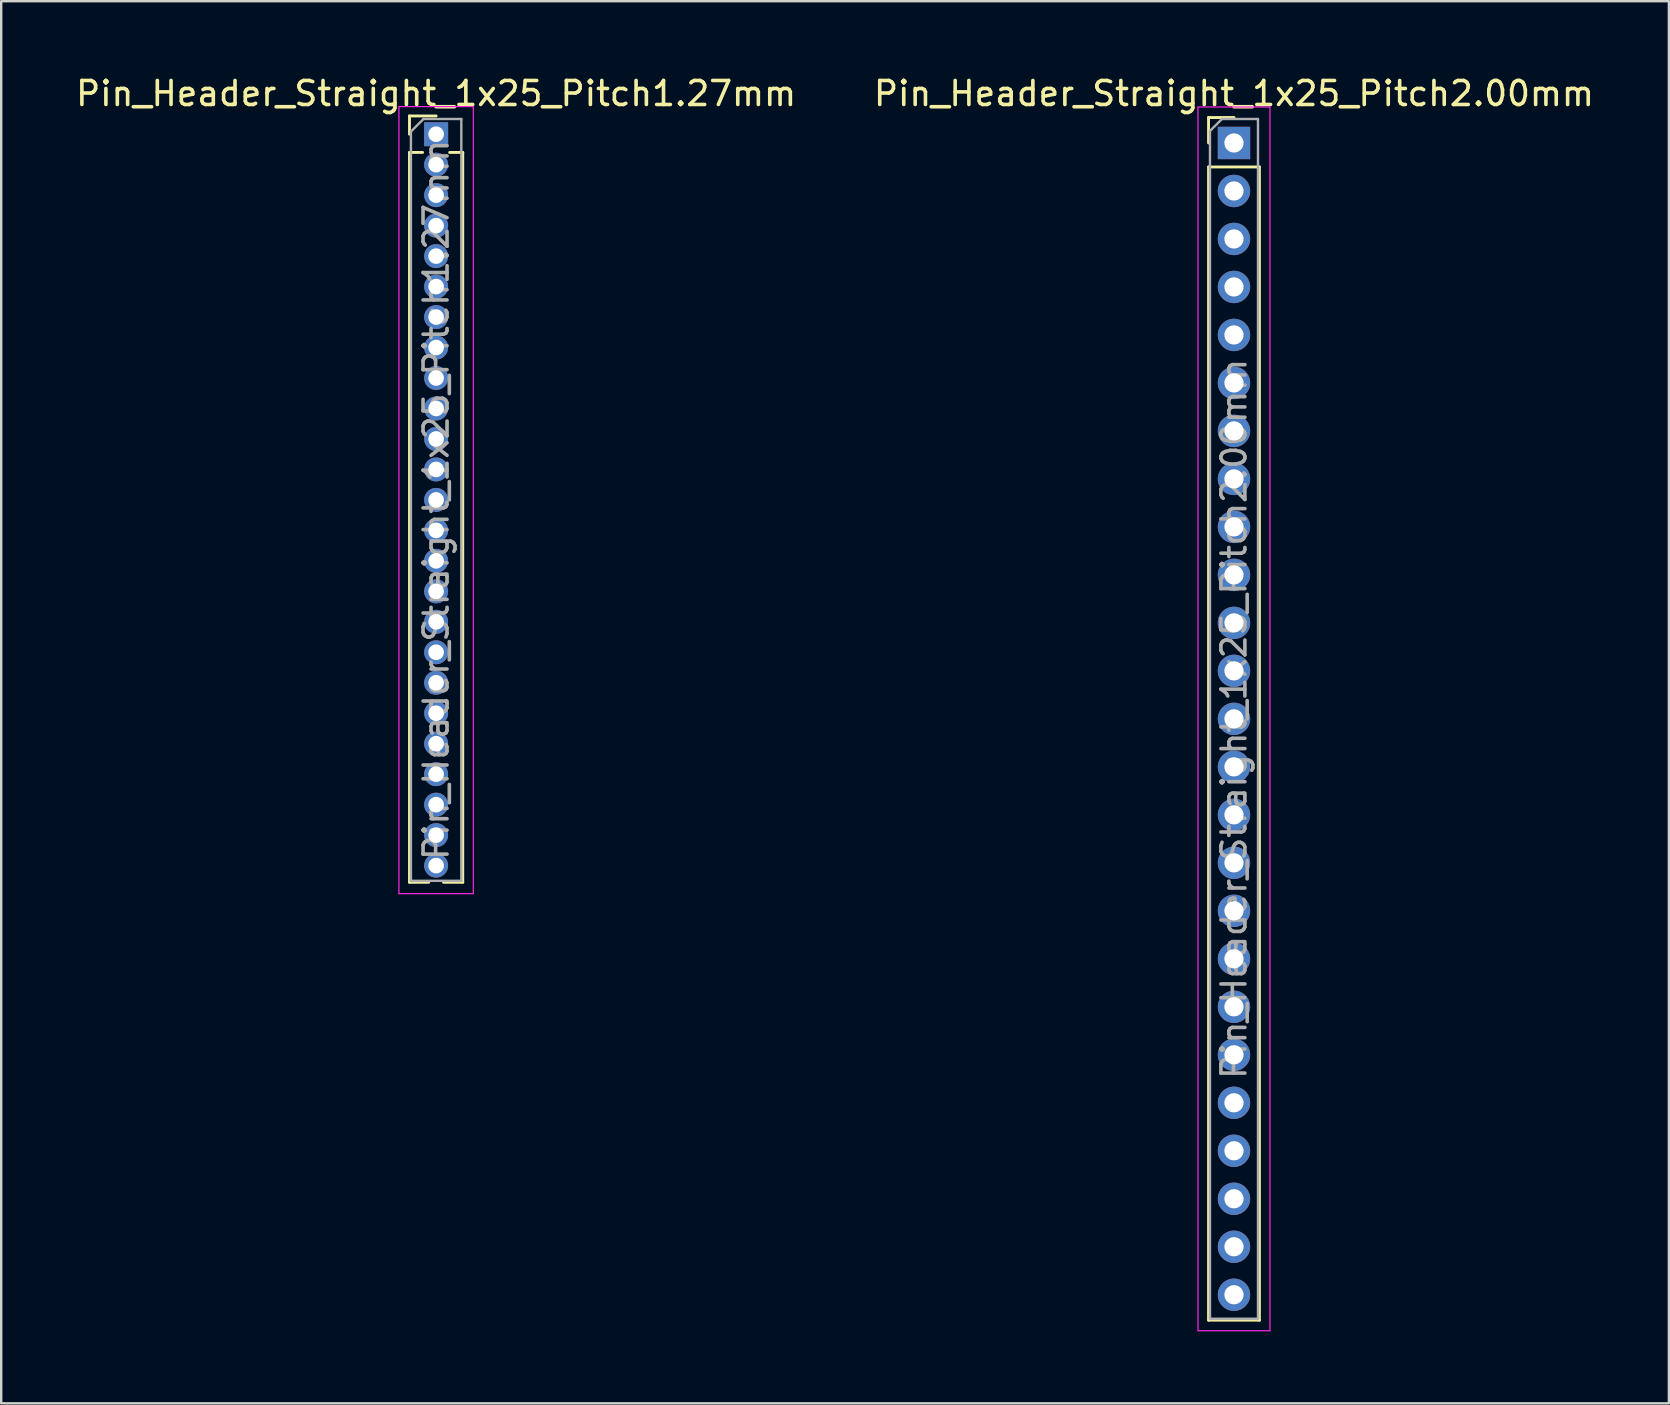
<source format=kicad_pcb>
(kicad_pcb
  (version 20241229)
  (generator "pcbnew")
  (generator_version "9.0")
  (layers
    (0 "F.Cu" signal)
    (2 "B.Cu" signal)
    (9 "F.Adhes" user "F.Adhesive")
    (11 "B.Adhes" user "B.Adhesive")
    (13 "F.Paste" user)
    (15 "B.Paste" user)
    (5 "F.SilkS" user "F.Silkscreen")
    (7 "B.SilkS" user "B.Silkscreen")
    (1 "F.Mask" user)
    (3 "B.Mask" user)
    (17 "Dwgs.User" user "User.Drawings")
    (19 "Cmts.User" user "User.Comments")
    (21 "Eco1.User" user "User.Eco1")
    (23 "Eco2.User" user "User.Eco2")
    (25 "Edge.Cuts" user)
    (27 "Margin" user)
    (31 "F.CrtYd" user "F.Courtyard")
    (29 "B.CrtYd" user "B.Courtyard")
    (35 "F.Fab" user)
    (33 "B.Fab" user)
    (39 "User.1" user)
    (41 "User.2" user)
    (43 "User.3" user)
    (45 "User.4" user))
  (footprint "Pin_Header_Straight_1x25_Pitch2.00mm"
    (layer "F.Cu")
    (at 48.375 2.908)
    (property "Reference" "Pin_Header_Straight_1x25_Pitch2.00mm" (at 0 -2.06 0) (layer "F.SilkS") (effects (font (size 1 1) (thickness 0.15))))
    (attr through_hole)
    (fp_line (start -1.06 -1.06) (end 0 -1.06) (stroke (width 0.12) (type solid)) (layer "F.SilkS"))
    (fp_line (start -1.06 0) (end -1.06 -1.06) (stroke (width 0.12) (type solid)) (layer "F.SilkS"))
    (fp_line (start -1.06 1) (end -1.06 49.06) (stroke (width 0.12) (type solid)) (layer "F.SilkS"))
    (fp_line (start -1.06 1) (end 1.06 1) (stroke (width 0.12) (type solid)) (layer "F.SilkS"))
    (fp_line (start -1.06 49.06) (end 1.06 49.06) (stroke (width 0.12) (type solid)) (layer "F.SilkS"))
    (fp_line (start 1.06 1) (end 1.06 49.06) (stroke (width 0.12) (type solid)) (layer "F.SilkS"))
    (fp_line (start -1.5 -1.5) (end -1.5 49.5) (stroke (width 0.05) (type solid)) (layer "F.CrtYd"))
    (fp_line (start -1.5 49.5) (end 1.5 49.5) (stroke (width 0.05) (type solid)) (layer "F.CrtYd"))
    (fp_line (start 1.5 -1.5) (end -1.5 -1.5) (stroke (width 0.05) (type solid)) (layer "F.CrtYd"))
    (fp_line (start 1.5 49.5) (end 1.5 -1.5) (stroke (width 0.05) (type solid)) (layer "F.CrtYd"))
    (fp_line (start -1 -0.5) (end -0.5 -1) (stroke (width 0.1) (type solid)) (layer "F.Fab"))
    (fp_line (start -1 49) (end -1 -0.5) (stroke (width 0.1) (type solid)) (layer "F.Fab"))
    (fp_line (start -0.5 -1) (end 1 -1) (stroke (width 0.1) (type solid)) (layer "F.Fab"))
    (fp_line (start 1 -1) (end 1 49) (stroke (width 0.1) (type solid)) (layer "F.Fab"))
    (fp_line (start 1 49) (end -1 49) (stroke (width 0.1) (type solid)) (layer "F.Fab"))
    (fp_text user "${REFERENCE}" (at 0 24 90) (layer "F.Fab") (effects (font (size 1 1) (thickness 0.15))))
    (pad "1" thru_hole rect (at 0 0) (size 1.35 1.35) (drill 0.8) (layers "*.Cu" "*.Mask"))
    (pad "2" thru_hole oval (at 0 2) (size 1.35 1.35) (drill 0.8) (layers "*.Cu" "*.Mask"))
    (pad "3" thru_hole oval (at 0 4) (size 1.35 1.35) (drill 0.8) (layers "*.Cu" "*.Mask"))
    (pad "4" thru_hole oval (at 0 6) (size 1.35 1.35) (drill 0.8) (layers "*.Cu" "*.Mask"))
    (pad "5" thru_hole oval (at 0 8) (size 1.35 1.35) (drill 0.8) (layers "*.Cu" "*.Mask"))
    (pad "6" thru_hole oval (at 0 10) (size 1.35 1.35) (drill 0.8) (layers "*.Cu" "*.Mask"))
    (pad "7" thru_hole oval (at 0 12) (size 1.35 1.35) (drill 0.8) (layers "*.Cu" "*.Mask"))
    (pad "8" thru_hole oval (at 0 14) (size 1.35 1.35) (drill 0.8) (layers "*.Cu" "*.Mask"))
    (pad "9" thru_hole oval (at 0 16) (size 1.35 1.35) (drill 0.8) (layers "*.Cu" "*.Mask"))
    (pad "10" thru_hole oval (at 0 18) (size 1.35 1.35) (drill 0.8) (layers "*.Cu" "*.Mask"))
    (pad "11" thru_hole oval (at 0 20) (size 1.35 1.35) (drill 0.8) (layers "*.Cu" "*.Mask"))
    (pad "12" thru_hole oval (at 0 22) (size 1.35 1.35) (drill 0.8) (layers "*.Cu" "*.Mask"))
    (pad "13" thru_hole oval (at 0 24) (size 1.35 1.35) (drill 0.8) (layers "*.Cu" "*.Mask"))
    (pad "14" thru_hole oval (at 0 26) (size 1.35 1.35) (drill 0.8) (layers "*.Cu" "*.Mask"))
    (pad "15" thru_hole oval (at 0 28) (size 1.35 1.35) (drill 0.8) (layers "*.Cu" "*.Mask"))
    (pad "16" thru_hole oval (at 0 30) (size 1.35 1.35) (drill 0.8) (layers "*.Cu" "*.Mask"))
    (pad "17" thru_hole oval (at 0 32) (size 1.35 1.35) (drill 0.8) (layers "*.Cu" "*.Mask"))
    (pad "18" thru_hole oval (at 0 34) (size 1.35 1.35) (drill 0.8) (layers "*.Cu" "*.Mask"))
    (pad "19" thru_hole oval (at 0 36) (size 1.35 1.35) (drill 0.8) (layers "*.Cu" "*.Mask"))
    (pad "20" thru_hole oval (at 0 38) (size 1.35 1.35) (drill 0.8) (layers "*.Cu" "*.Mask"))
    (pad "21" thru_hole oval (at 0 40) (size 1.35 1.35) (drill 0.8) (layers "*.Cu" "*.Mask"))
    (pad "22" thru_hole oval (at 0 42) (size 1.35 1.35) (drill 0.8) (layers "*.Cu" "*.Mask"))
    (pad "23" thru_hole oval (at 0 44) (size 1.35 1.35) (drill 0.8) (layers "*.Cu" "*.Mask"))
    (pad "24" thru_hole oval (at 0 46) (size 1.35 1.35) (drill 0.8) (layers "*.Cu" "*.Mask"))
    (pad "25" thru_hole oval (at 0 48) (size 1.35 1.35) (drill 0.8) (layers "*.Cu" "*.Mask")))
  (footprint "Pin_Header_Straight_1x25_Pitch1.27mm"
    (layer "F.Cu")
    (at 15.125 2.543)
    (property "Reference" "Pin_Header_Straight_1x25_Pitch1.27mm" (at 0 -1.695 0) (layer "F.SilkS") (effects (font (size 1 1) (thickness 0.15))))
    (attr through_hole)
    (fp_line (start -1.11 -0.76) (end 0 -0.76) (stroke (width 0.12) (type solid)) (layer "F.SilkS"))
    (fp_line (start -1.11 0) (end -1.11 -0.76) (stroke (width 0.12) (type solid)) (layer "F.SilkS"))
    (fp_line (start -1.11 0.76) (end -1.11 31.175) (stroke (width 0.12) (type solid)) (layer "F.SilkS"))
    (fp_line (start -1.11 0.76) (end -0.563 0.76) (stroke (width 0.12) (type solid)) (layer "F.SilkS"))
    (fp_line (start -1.11 31.175) (end -0.308 31.175) (stroke (width 0.12) (type solid)) (layer "F.SilkS"))
    (fp_line (start 0.308 31.175) (end 1.11 31.175) (stroke (width 0.12) (type solid)) (layer "F.SilkS"))
    (fp_line (start 0.563 0.76) (end 1.11 0.76) (stroke (width 0.12) (type solid)) (layer "F.SilkS"))
    (fp_line (start 1.11 0.76) (end 1.11 31.175) (stroke (width 0.12) (type solid)) (layer "F.SilkS"))
    (fp_line (start -1.55 -1.15) (end -1.55 31.65) (stroke (width 0.05) (type solid)) (layer "F.CrtYd"))
    (fp_line (start -1.55 31.65) (end 1.55 31.65) (stroke (width 0.05) (type solid)) (layer "F.CrtYd"))
    (fp_line (start 1.55 -1.15) (end -1.55 -1.15) (stroke (width 0.05) (type solid)) (layer "F.CrtYd"))
    (fp_line (start 1.55 31.65) (end 1.55 -1.15) (stroke (width 0.05) (type solid)) (layer "F.CrtYd"))
    (fp_line (start -1.05 -0.11) (end -0.525 -0.635) (stroke (width 0.1) (type solid)) (layer "F.Fab"))
    (fp_line (start -1.05 31.115) (end -1.05 -0.11) (stroke (width 0.1) (type solid)) (layer "F.Fab"))
    (fp_line (start -0.525 -0.635) (end 1.05 -0.635) (stroke (width 0.1) (type solid)) (layer "F.Fab"))
    (fp_line (start 1.05 -0.635) (end 1.05 31.115) (stroke (width 0.1) (type solid)) (layer "F.Fab"))
    (fp_line (start 1.05 31.115) (end -1.05 31.115) (stroke (width 0.1) (type solid)) (layer "F.Fab"))
    (fp_text user "${REFERENCE}" (at 0 15.24 90) (layer "F.Fab") (effects (font (size 1 1) (thickness 0.15))))
    (pad "1" thru_hole rect (at 0 0) (size 1 1) (drill 0.65) (layers "*.Cu" "*.Mask"))
    (pad "2" thru_hole oval (at 0 1.27) (size 1 1) (drill 0.65) (layers "*.Cu" "*.Mask"))
    (pad "3" thru_hole oval (at 0 2.54) (size 1 1) (drill 0.65) (layers "*.Cu" "*.Mask"))
    (pad "4" thru_hole oval (at 0 3.81) (size 1 1) (drill 0.65) (layers "*.Cu" "*.Mask"))
    (pad "5" thru_hole oval (at 0 5.08) (size 1 1) (drill 0.65) (layers "*.Cu" "*.Mask"))
    (pad "6" thru_hole oval (at 0 6.35) (size 1 1) (drill 0.65) (layers "*.Cu" "*.Mask"))
    (pad "7" thru_hole oval (at 0 7.62) (size 1 1) (drill 0.65) (layers "*.Cu" "*.Mask"))
    (pad "8" thru_hole oval (at 0 8.89) (size 1 1) (drill 0.65) (layers "*.Cu" "*.Mask"))
    (pad "9" thru_hole oval (at 0 10.16) (size 1 1) (drill 0.65) (layers "*.Cu" "*.Mask"))
    (pad "10" thru_hole oval (at 0 11.43) (size 1 1) (drill 0.65) (layers "*.Cu" "*.Mask"))
    (pad "11" thru_hole oval (at 0 12.7) (size 1 1) (drill 0.65) (layers "*.Cu" "*.Mask"))
    (pad "12" thru_hole oval (at 0 13.97) (size 1 1) (drill 0.65) (layers "*.Cu" "*.Mask"))
    (pad "13" thru_hole oval (at 0 15.24) (size 1 1) (drill 0.65) (layers "*.Cu" "*.Mask"))
    (pad "14" thru_hole oval (at 0 16.51) (size 1 1) (drill 0.65) (layers "*.Cu" "*.Mask"))
    (pad "15" thru_hole oval (at 0 17.78) (size 1 1) (drill 0.65) (layers "*.Cu" "*.Mask"))
    (pad "16" thru_hole oval (at 0 19.05) (size 1 1) (drill 0.65) (layers "*.Cu" "*.Mask"))
    (pad "17" thru_hole oval (at 0 20.32) (size 1 1) (drill 0.65) (layers "*.Cu" "*.Mask"))
    (pad "18" thru_hole oval (at 0 21.59) (size 1 1) (drill 0.65) (layers "*.Cu" "*.Mask"))
    (pad "19" thru_hole oval (at 0 22.86) (size 1 1) (drill 0.65) (layers "*.Cu" "*.Mask"))
    (pad "20" thru_hole oval (at 0 24.13) (size 1 1) (drill 0.65) (layers "*.Cu" "*.Mask"))
    (pad "21" thru_hole oval (at 0 25.4) (size 1 1) (drill 0.65) (layers "*.Cu" "*.Mask"))
    (pad "22" thru_hole oval (at 0 26.67) (size 1 1) (drill 0.65) (layers "*.Cu" "*.Mask"))
    (pad "23" thru_hole oval (at 0 27.94) (size 1 1) (drill 0.65) (layers "*.Cu" "*.Mask"))
    (pad "24" thru_hole oval (at 0 29.21) (size 1 1) (drill 0.65) (layers "*.Cu" "*.Mask"))
    (pad "25" thru_hole oval (at 0 30.48) (size 1 1) (drill 0.65) (layers "*.Cu" "*.Mask")))
  (gr_rect
    (start -3 -3)
    (end 66.5 55.433)
    (stroke (width 0.1) (type default))
    (fill no)
    (layer "Edge.Cuts")))
</source>
